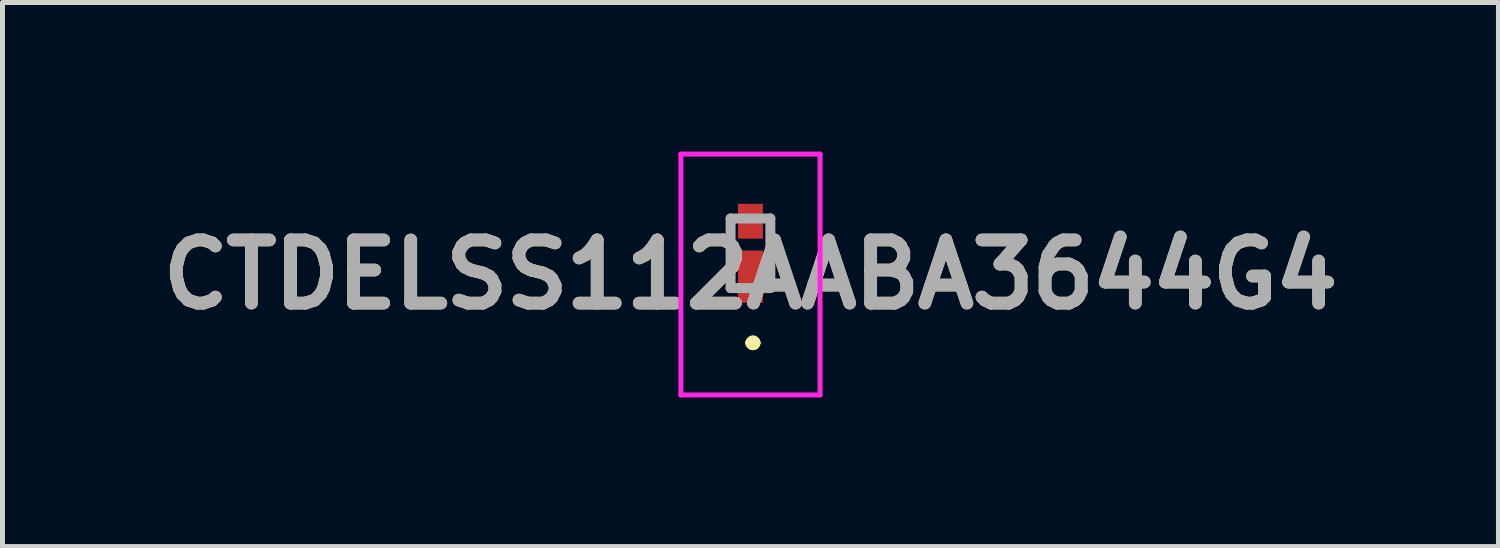
<source format=kicad_pcb>
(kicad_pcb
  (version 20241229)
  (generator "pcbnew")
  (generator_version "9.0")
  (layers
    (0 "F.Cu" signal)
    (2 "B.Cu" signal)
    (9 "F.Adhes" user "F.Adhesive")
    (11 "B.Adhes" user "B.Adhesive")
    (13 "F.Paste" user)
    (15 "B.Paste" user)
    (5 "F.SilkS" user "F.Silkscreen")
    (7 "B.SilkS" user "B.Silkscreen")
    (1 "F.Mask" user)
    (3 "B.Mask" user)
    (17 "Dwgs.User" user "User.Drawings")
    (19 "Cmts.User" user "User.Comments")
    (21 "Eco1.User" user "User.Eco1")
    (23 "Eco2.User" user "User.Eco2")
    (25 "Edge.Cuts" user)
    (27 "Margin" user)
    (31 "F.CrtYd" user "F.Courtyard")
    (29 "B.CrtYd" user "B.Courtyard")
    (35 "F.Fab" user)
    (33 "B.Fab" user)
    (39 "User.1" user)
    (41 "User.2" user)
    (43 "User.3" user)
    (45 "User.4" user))
  (footprint "CTDELSS112AABA3644G4"
    (layer "F.Cu")
    (at 12.047 2.045)
    (property "Reference" "CTDELSS112AABA3644G4" (at 0 0.428 0) (layer "F.SilkS") (effects (font (size 1.27 1.27) (thickness 0.254))))
    (attr smd)
    (fp_line (start 0 1.8) (end 0 1.8) (stroke (width 0.2) (type solid)) (layer "F.SilkS"))
    (fp_line (start 0 1.8) (end 0 1.8) (stroke (width 0.2) (type solid)) (layer "F.SilkS"))
    (fp_line (start 0.1 1.8) (end 0.1 1.8) (stroke (width 0.2) (type solid)) (layer "F.SilkS"))
    (fp_arc (start 0 1.8) (mid 0.05 1.75) (end 0.1 1.8) (stroke (width 0.2) (type solid)) (layer "F.SilkS"))
    (fp_arc (start 0.1 1.8) (mid 0.05 1.85) (end 0 1.8) (stroke (width 0.2) (type solid)) (layer "F.SilkS"))
    (fp_arc (start 0.1 1.8) (mid 0.05 1.85) (end 0 1.8) (stroke (width 0.2) (type solid)) (layer "F.SilkS"))
    (fp_line (start -1.4 -1.995) (end 1.4 -1.995) (stroke (width 0.1) (type solid)) (layer "F.CrtYd"))
    (fp_line (start -1.4 2.85) (end -1.4 -1.995) (stroke (width 0.1) (type solid)) (layer "F.CrtYd"))
    (fp_line (start 1.4 -1.995) (end 1.4 2.85) (stroke (width 0.1) (type solid)) (layer "F.CrtYd"))
    (fp_line (start 1.4 2.85) (end -1.4 2.85) (stroke (width 0.1) (type solid)) (layer "F.CrtYd"))
    (fp_line (start -0.4 -0.7) (end -0.4 0.7) (stroke (width 0.2) (type solid)) (layer "F.Fab"))
    (fp_line (start -0.4 0.7) (end 0.4 0.7) (stroke (width 0.2) (type solid)) (layer "F.Fab"))
    (fp_line (start 0.4 -0.7) (end -0.4 -0.7) (stroke (width 0.2) (type solid)) (layer "F.Fab"))
    (fp_line (start 0.4 0.7) (end 0.4 -0.7) (stroke (width 0.2) (type solid)) (layer "F.Fab"))
    (fp_text user "${REFERENCE}" (at 0 0.428 0) (layer "F.Fab") (effects (font (size 1.27 1.27) (thickness 0.254))))
    (pad "1" smd rect (at 0 0.47) (size 0.5 1.05) (layers "F.Cu" "F.Mask" "F.Paste"))
    (pad "2" smd rect (at 0 -0.645) (size 0.5 0.7) (layers "F.Cu" "F.Mask" "F.Paste")))
  (gr_rect
    (start -3 -3)
    (end 27.094 7.945)
    (stroke (width 0.1) (type default))
    (fill no)
    (layer "Edge.Cuts")))
</source>
